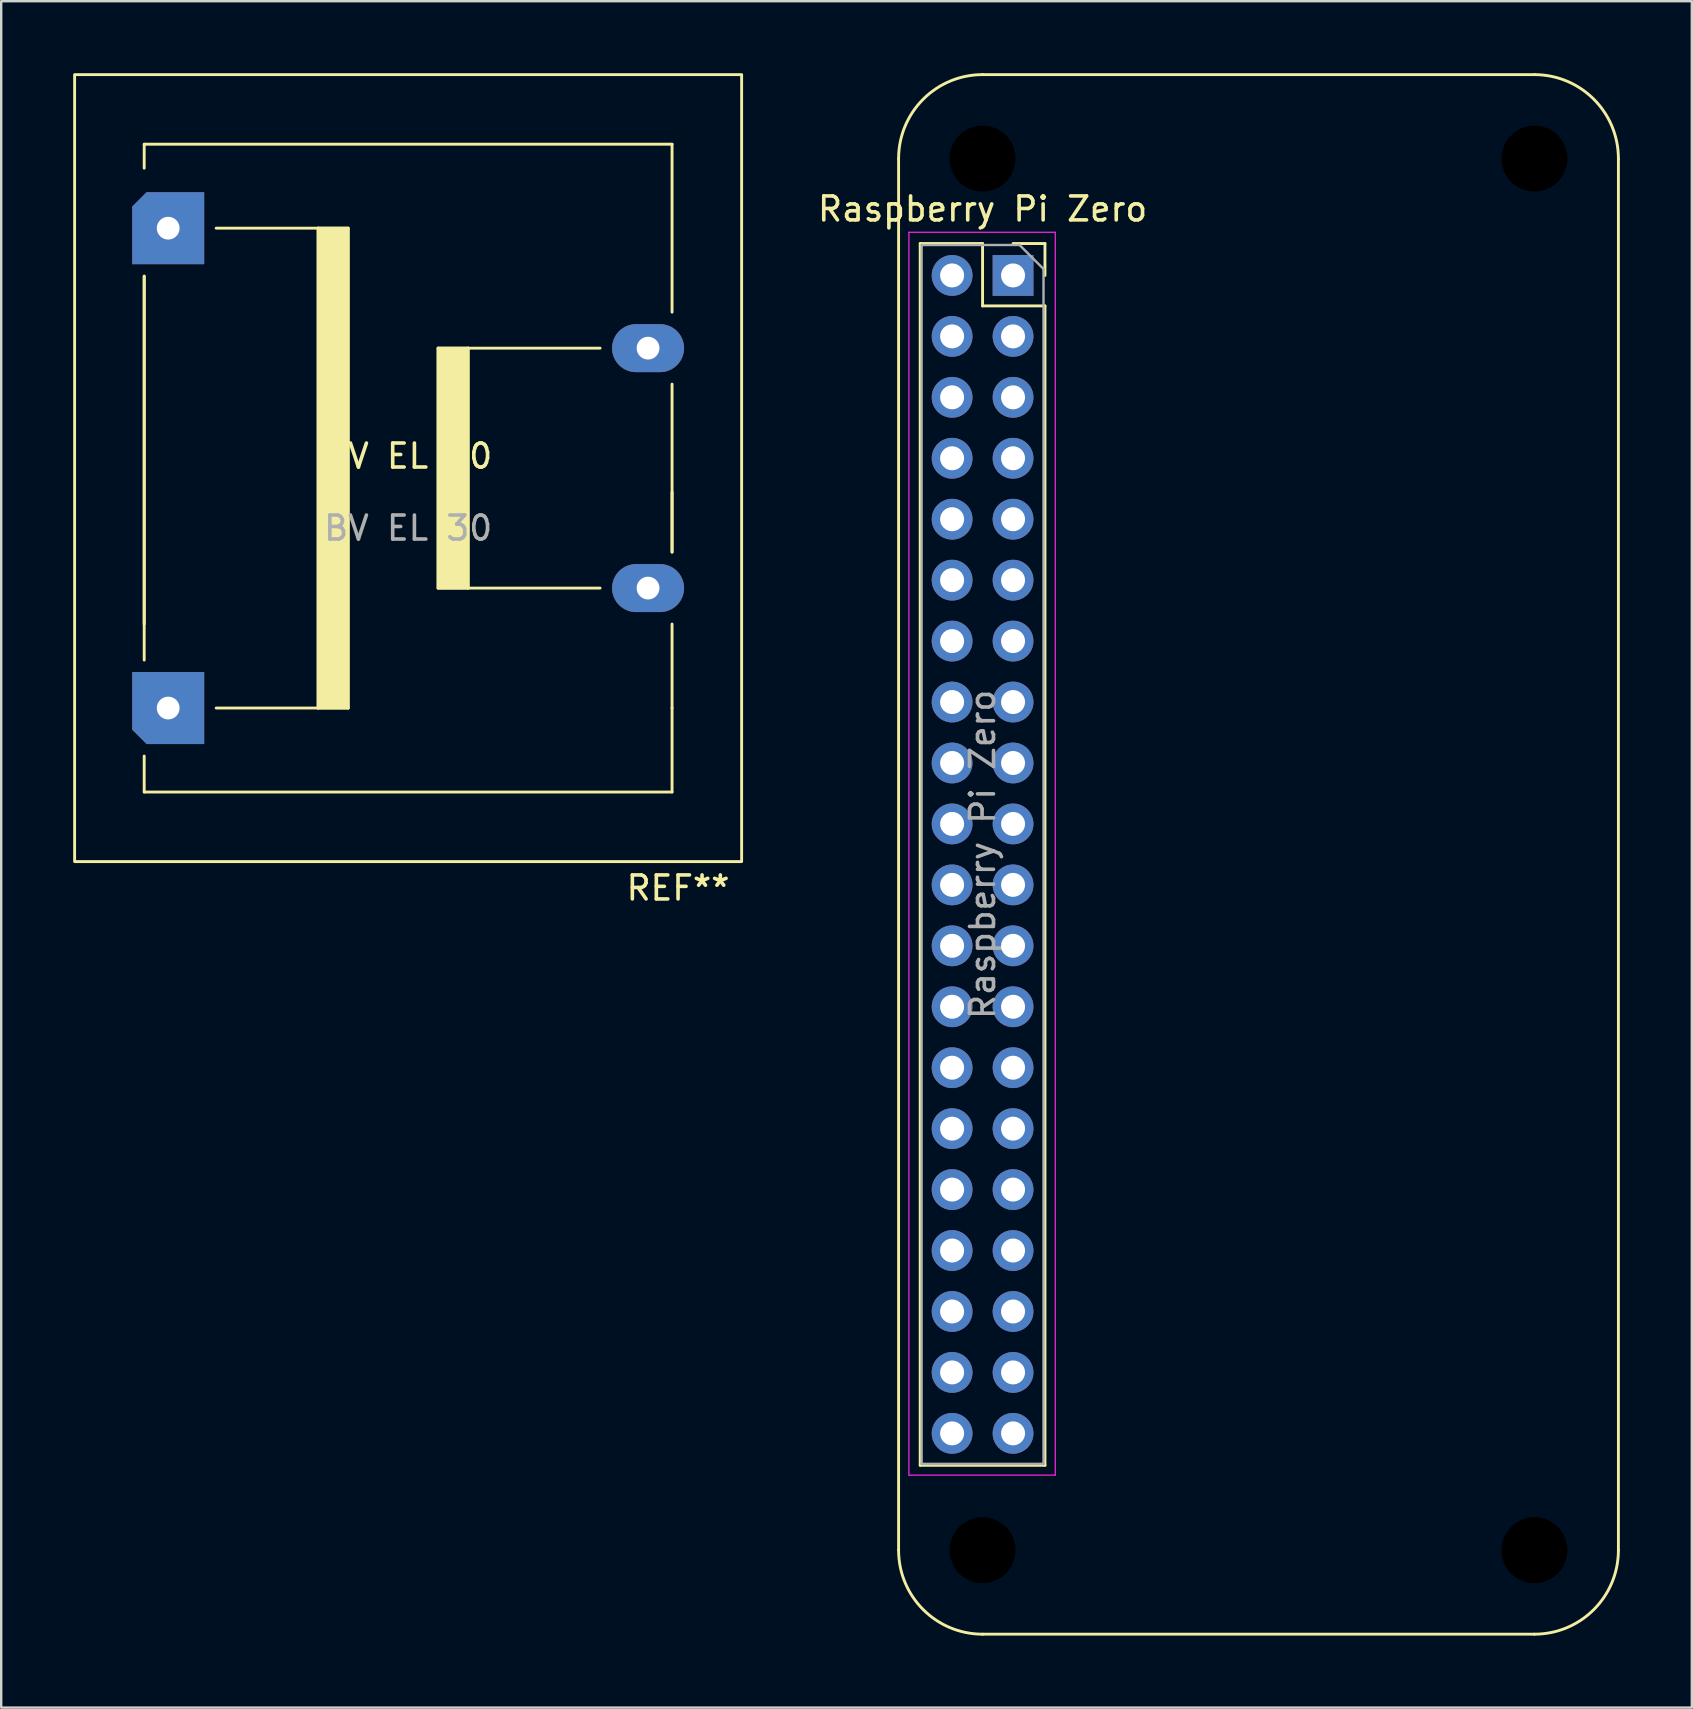
<source format=kicad_pcb>
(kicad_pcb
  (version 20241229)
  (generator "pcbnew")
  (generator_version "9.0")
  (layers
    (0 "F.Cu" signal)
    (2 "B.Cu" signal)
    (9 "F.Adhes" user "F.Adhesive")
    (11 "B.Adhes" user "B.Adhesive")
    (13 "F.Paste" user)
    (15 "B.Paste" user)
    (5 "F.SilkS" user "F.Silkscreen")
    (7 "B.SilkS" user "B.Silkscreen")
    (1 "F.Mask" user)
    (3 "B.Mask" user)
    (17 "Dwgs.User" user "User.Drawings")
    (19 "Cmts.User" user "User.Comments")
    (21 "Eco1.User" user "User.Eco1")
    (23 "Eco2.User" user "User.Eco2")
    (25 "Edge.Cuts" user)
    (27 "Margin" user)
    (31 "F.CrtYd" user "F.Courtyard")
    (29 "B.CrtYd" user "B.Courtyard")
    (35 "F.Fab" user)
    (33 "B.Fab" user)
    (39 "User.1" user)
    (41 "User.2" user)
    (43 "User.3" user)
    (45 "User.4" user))
  (footprint "Raspberry Pi Zero"
    (layer "F.Cu")
    (at 37.902 32.56)
    (property "Reference" "Raspberry Pi Zero" (at 0 -26.9 0) (layer "F.SilkS") (effects (font (size 1 1) (thickness 0.15))))
    (attr through_hole)
    (fp_line (start -3.5 29) (end -3.5 -29) (stroke (width 0.12) (type solid)) (layer "F.SilkS"))
    (fp_line (start -2.6 -25.46) (end -2.6 25.46) (stroke (width 0.12) (type solid)) (layer "F.SilkS"))
    (fp_line (start -2.6 -25.46) (end 0 -25.46) (stroke (width 0.12) (type solid)) (layer "F.SilkS"))
    (fp_line (start -2.6 25.46) (end 2.6 25.46) (stroke (width 0.12) (type solid)) (layer "F.SilkS"))
    (fp_line (start 0 -32.5) (end 23 -32.5) (stroke (width 0.12) (type solid)) (layer "F.SilkS"))
    (fp_line (start 0 -25.46) (end 0 -22.86) (stroke (width 0.12) (type solid)) (layer "F.SilkS"))
    (fp_line (start 0 -22.86) (end 2.6 -22.86) (stroke (width 0.12) (type solid)) (layer "F.SilkS"))
    (fp_line (start 1.27 -25.46) (end 2.6 -25.46) (stroke (width 0.12) (type solid)) (layer "F.SilkS"))
    (fp_line (start 2.6 -25.46) (end 2.6 -24.13) (stroke (width 0.12) (type solid)) (layer "F.SilkS"))
    (fp_line (start 2.6 -22.86) (end 2.6 25.46) (stroke (width 0.12) (type solid)) (layer "F.SilkS"))
    (fp_line (start 23 32.5) (end 0 32.5) (stroke (width 0.12) (type solid)) (layer "F.SilkS"))
    (fp_line (start 26.5 -29) (end 26.5 29) (stroke (width 0.12) (type solid)) (layer "F.SilkS"))
    (fp_arc (start -3.5 -29) (mid -2.474874 -31.474874) (end 0 -32.5) (stroke (width 0.12) (type solid)) (layer "F.SilkS"))
    (fp_arc (start 0 32.5) (mid -2.474874 31.474874) (end -3.5 29) (stroke (width 0.12) (type solid)) (layer "F.SilkS"))
    (fp_arc (start 23 -32.5) (mid 25.474874 -31.474874) (end 26.5 -29) (stroke (width 0.12) (type solid)) (layer "F.SilkS"))
    (fp_arc (start 26.5 29) (mid 25.474874 31.474874) (end 23 32.5) (stroke (width 0.12) (type solid)) (layer "F.SilkS"))
    (fp_line (start -3.07 -25.93) (end 3.03 -25.93) (stroke (width 0.05) (type solid)) (layer "F.CrtYd"))
    (fp_line (start -3.07 25.87) (end -3.07 -25.93) (stroke (width 0.05) (type solid)) (layer "F.CrtYd"))
    (fp_line (start 3.03 -25.93) (end 3.03 25.87) (stroke (width 0.05) (type solid)) (layer "F.CrtYd"))
    (fp_line (start 3.03 25.87) (end -3.07 25.87) (stroke (width 0.05) (type solid)) (layer "F.CrtYd"))
    (fp_line (start -2.54 -25.4) (end 1.54 -25.4) (stroke (width 0.1) (type solid)) (layer "F.Fab"))
    (fp_line (start -2.54 25.4) (end -2.54 -25.4) (stroke (width 0.1) (type solid)) (layer "F.Fab"))
    (fp_line (start 1.54 -25.4) (end 2.54 -24.4) (stroke (width 0.1) (type solid)) (layer "F.Fab"))
    (fp_line (start 2.54 -24.4) (end 2.54 25.4) (stroke (width 0.1) (type solid)) (layer "F.Fab"))
    (fp_line (start 2.54 25.4) (end -2.54 25.4) (stroke (width 0.1) (type solid)) (layer "F.Fab"))
    (fp_text user "${REFERENCE}" (at 0 0 90) (layer "F.Fab") (effects (font (size 1 1) (thickness 0.15))))
    (pad "" np_thru_hole circle (at 0 -29) (size 6.2 6.2) (drill 2.75) (layers "*.Mask"))
    (pad "" np_thru_hole circle (at 0 29) (size 6.2 6.2) (drill 2.75) (layers "*.Mask"))
    (pad "" np_thru_hole circle (at 23 -29) (size 6.2 6.2) (drill 2.75) (layers "*.Mask"))
    (pad "" np_thru_hole circle (at 23 29) (size 6.2 6.2) (drill 2.75) (layers "*.Mask"))
    (pad "1" thru_hole rect (at 1.27 -24.13) (size 1.7 1.7) (drill 1) (layers "*.Cu" "*.Mask"))
    (pad "2" thru_hole oval (at -1.27 -24.13) (size 1.7 1.7) (drill 1) (layers "*.Cu" "*.Mask"))
    (pad "3" thru_hole oval (at 1.27 -21.59) (size 1.7 1.7) (drill 1) (layers "*.Cu" "*.Mask"))
    (pad "4" thru_hole oval (at -1.27 -21.59) (size 1.7 1.7) (drill 1) (layers "*.Cu" "*.Mask"))
    (pad "5" thru_hole oval (at 1.27 -19.05) (size 1.7 1.7) (drill 1) (layers "*.Cu" "*.Mask"))
    (pad "6" thru_hole oval (at -1.27 -19.05) (size 1.7 1.7) (drill 1) (layers "*.Cu" "*.Mask"))
    (pad "7" thru_hole oval (at 1.27 -16.51) (size 1.7 1.7) (drill 1) (layers "*.Cu" "*.Mask"))
    (pad "8" thru_hole oval (at -1.27 -16.51) (size 1.7 1.7) (drill 1) (layers "*.Cu" "*.Mask"))
    (pad "9" thru_hole oval (at 1.27 -13.97) (size 1.7 1.7) (drill 1) (layers "*.Cu" "*.Mask"))
    (pad "10" thru_hole oval (at -1.27 -13.97) (size 1.7 1.7) (drill 1) (layers "*.Cu" "*.Mask"))
    (pad "11" thru_hole oval (at 1.27 -11.43) (size 1.7 1.7) (drill 1) (layers "*.Cu" "*.Mask"))
    (pad "12" thru_hole oval (at -1.27 -11.43) (size 1.7 1.7) (drill 1) (layers "*.Cu" "*.Mask"))
    (pad "13" thru_hole oval (at 1.27 -8.89) (size 1.7 1.7) (drill 1) (layers "*.Cu" "*.Mask"))
    (pad "14" thru_hole oval (at -1.27 -8.89) (size 1.7 1.7) (drill 1) (layers "*.Cu" "*.Mask"))
    (pad "15" thru_hole oval (at 1.27 -6.35) (size 1.7 1.7) (drill 1) (layers "*.Cu" "*.Mask"))
    (pad "16" thru_hole oval (at -1.27 -6.35) (size 1.7 1.7) (drill 1) (layers "*.Cu" "*.Mask"))
    (pad "17" thru_hole oval (at 1.27 -3.81) (size 1.7 1.7) (drill 1) (layers "*.Cu" "*.Mask"))
    (pad "18" thru_hole oval (at -1.27 -3.81) (size 1.7 1.7) (drill 1) (layers "*.Cu" "*.Mask"))
    (pad "19" thru_hole oval (at 1.27 -1.27) (size 1.7 1.7) (drill 1) (layers "*.Cu" "*.Mask"))
    (pad "20" thru_hole oval (at -1.27 -1.27) (size 1.7 1.7) (drill 1) (layers "*.Cu" "*.Mask"))
    (pad "21" thru_hole oval (at 1.27 1.27) (size 1.7 1.7) (drill 1) (layers "*.Cu" "*.Mask"))
    (pad "22" thru_hole oval (at -1.27 1.27) (size 1.7 1.7) (drill 1) (layers "*.Cu" "*.Mask"))
    (pad "23" thru_hole oval (at 1.27 3.81) (size 1.7 1.7) (drill 1) (layers "*.Cu" "*.Mask"))
    (pad "24" thru_hole oval (at -1.27 3.81) (size 1.7 1.7) (drill 1) (layers "*.Cu" "*.Mask"))
    (pad "25" thru_hole oval (at 1.27 6.35) (size 1.7 1.7) (drill 1) (layers "*.Cu" "*.Mask"))
    (pad "26" thru_hole oval (at -1.27 6.35) (size 1.7 1.7) (drill 1) (layers "*.Cu" "*.Mask"))
    (pad "27" thru_hole oval (at 1.27 8.89) (size 1.7 1.7) (drill 1) (layers "*.Cu" "*.Mask"))
    (pad "28" thru_hole oval (at -1.27 8.89) (size 1.7 1.7) (drill 1) (layers "*.Cu" "*.Mask"))
    (pad "29" thru_hole oval (at 1.27 11.43) (size 1.7 1.7) (drill 1) (layers "*.Cu" "*.Mask"))
    (pad "30" thru_hole oval (at -1.27 11.43) (size 1.7 1.7) (drill 1) (layers "*.Cu" "*.Mask"))
    (pad "31" thru_hole oval (at 1.27 13.97) (size 1.7 1.7) (drill 1) (layers "*.Cu" "*.Mask"))
    (pad "32" thru_hole oval (at -1.27 13.97) (size 1.7 1.7) (drill 1) (layers "*.Cu" "*.Mask"))
    (pad "33" thru_hole oval (at 1.27 16.51) (size 1.7 1.7) (drill 1) (layers "*.Cu" "*.Mask"))
    (pad "34" thru_hole oval (at -1.27 16.51) (size 1.7 1.7) (drill 1) (layers "*.Cu" "*.Mask"))
    (pad "35" thru_hole oval (at 1.27 19.05) (size 1.7 1.7) (drill 1) (layers "*.Cu" "*.Mask"))
    (pad "36" thru_hole oval (at -1.27 19.05) (size 1.7 1.7) (drill 1) (layers "*.Cu" "*.Mask"))
    (pad "37" thru_hole oval (at 1.27 21.59) (size 1.7 1.7) (drill 1) (layers "*.Cu" "*.Mask"))
    (pad "38" thru_hole oval (at -1.27 21.59) (size 1.7 1.7) (drill 1) (layers "*.Cu" "*.Mask"))
    (pad "39" thru_hole oval (at 1.27 24.13) (size 1.7 1.7) (drill 1) (layers "*.Cu" "*.Mask"))
    (pad "40" thru_hole oval (at -1.27 24.13) (size 1.7 1.7) (drill 1) (layers "*.Cu" "*.Mask")))
  (footprint "BV EL 30"
    (layer "F.Cu")
    (at 13.96 16.46)
    (property "Reference" "BV EL 30" (at 0 -0.5 0) (unlocked yes) (layer "F.SilkS") (effects (font (size 1 1) (thickness 0.15))))
    (attr through_hole)
    (fp_line (start -11 -13.5) (end 11 -13.5) (stroke (width 0.12) (type solid)) (layer "F.SilkS"))
    (fp_line (start -11 -12.5) (end -11 -13.5) (stroke (width 0.12) (type solid)) (layer "F.SilkS"))
    (fp_line (start -11 -8) (end -11 8) (stroke (width 0.12) (type solid)) (layer "F.SilkS"))
    (fp_line (start -11 6.5) (end -11 -8) (stroke (width 0.12) (type solid)) (layer "F.SilkS"))
    (fp_line (start -11 13.5) (end -11 12) (stroke (width 0.12) (type solid)) (layer "F.SilkS"))
    (fp_line (start -8 -10) (end -3.75 -10) (stroke (width 0.12) (type solid)) (layer "F.SilkS"))
    (fp_line (start -3.75 -10) (end -3.75 10) (stroke (width 0.12) (type solid)) (layer "F.SilkS"))
    (fp_line (start -3.75 -10) (end -2.5 -10) (stroke (width 0.12) (type solid)) (layer "F.SilkS"))
    (fp_line (start -3.75 10) (end -8 10) (stroke (width 0.12) (type solid)) (layer "F.SilkS"))
    (fp_line (start -2.5 -10) (end -2.5 10) (stroke (width 0.12) (type solid)) (layer "F.SilkS"))
    (fp_line (start -2.5 10) (end -3.75 10) (stroke (width 0.12) (type solid)) (layer "F.SilkS"))
    (fp_line (start 1.25 -5) (end 1.25 5) (stroke (width 0.12) (type solid)) (layer "F.SilkS"))
    (fp_line (start 1.25 5) (end 2.5 5) (stroke (width 0.12) (type solid)) (layer "F.SilkS"))
    (fp_line (start 2.5 -5) (end 1.25 -5) (stroke (width 0.12) (type solid)) (layer "F.SilkS"))
    (fp_line (start 2.5 -5) (end 8 -5) (stroke (width 0.12) (type solid)) (layer "F.SilkS"))
    (fp_line (start 2.5 5) (end 2.5 -5) (stroke (width 0.12) (type solid)) (layer "F.SilkS"))
    (fp_line (start 8 5) (end 2.5 5) (stroke (width 0.12) (type solid)) (layer "F.SilkS"))
    (fp_line (start 11 -13.5) (end 11 -6.5) (stroke (width 0.12) (type solid)) (layer "F.SilkS"))
    (fp_line (start 11 1) (end 11 3.5) (stroke (width 0.12) (type solid)) (layer "F.SilkS"))
    (fp_line (start 11 3.5) (end 11 -3.5) (stroke (width 0.12) (type solid)) (layer "F.SilkS"))
    (fp_line (start 11 10) (end 11 6.5) (stroke (width 0.12) (type solid)) (layer "F.SilkS"))
    (fp_line (start 11 10) (end 11 13.5) (stroke (width 0.12) (type solid)) (layer "F.SilkS"))
    (fp_line (start 11 13.5) (end -11 13.5) (stroke (width 0.12) (type solid)) (layer "F.SilkS"))
    (fp_rect (start -13.9 -16.4) (end 13.9 16.4) (stroke (width 0.12) (type solid)) (fill no) (layer "F.SilkS"))
    (fp_poly (pts (xy -2.5 10) (xy -3.75 10) (xy -3.75 -10) (xy -2.5 -10)) (stroke (width 0.12) (type solid)) (fill yes) (layer "F.SilkS"))
    (fp_poly (pts (xy 2.5 5) (xy 1.25 5) (xy 1.25 -5) (xy 2.5 -5)) (stroke (width 0.12) (type solid)) (fill yes) (layer "F.SilkS"))
    (fp_text user "REF**" (at 11.25 17.5 0) (unlocked yes) (layer "F.SilkS") (effects (font (size 1 1) (thickness 0.15))))
    (fp_text user "${REFERENCE}" (at 0 2.5 0) (unlocked yes) (layer "F.Fab") (effects (font (size 1 1) (thickness 0.15))))
    (pad "1" thru_hole roundrect (at -10 10) (size 3 3) (drill 0.95) (layers "*.Cu" "*.Mask") (roundrect_rratio 0) (chamfer_ratio 0.2) (chamfer bottom_left))
    (pad "5" thru_hole roundrect (at -10 -10) (size 3 3) (drill 0.95) (layers "*.Cu" "*.Mask") (roundrect_rratio 0) (chamfer_ratio 0.2) (chamfer top_left))
    (pad "7" thru_hole oval (at 10 -5) (size 3 2) (drill 0.95) (layers "*.Cu" "*.Mask"))
    (pad "9" thru_hole oval (at 10 5) (size 3 2) (drill 0.95) (layers "*.Cu" "*.Mask")))
  (gr_rect
    (start -3 -3)
    (end 67.462 68.12)
    (stroke (width 0.1) (type default))
    (fill no)
    (layer "Edge.Cuts")))
</source>
